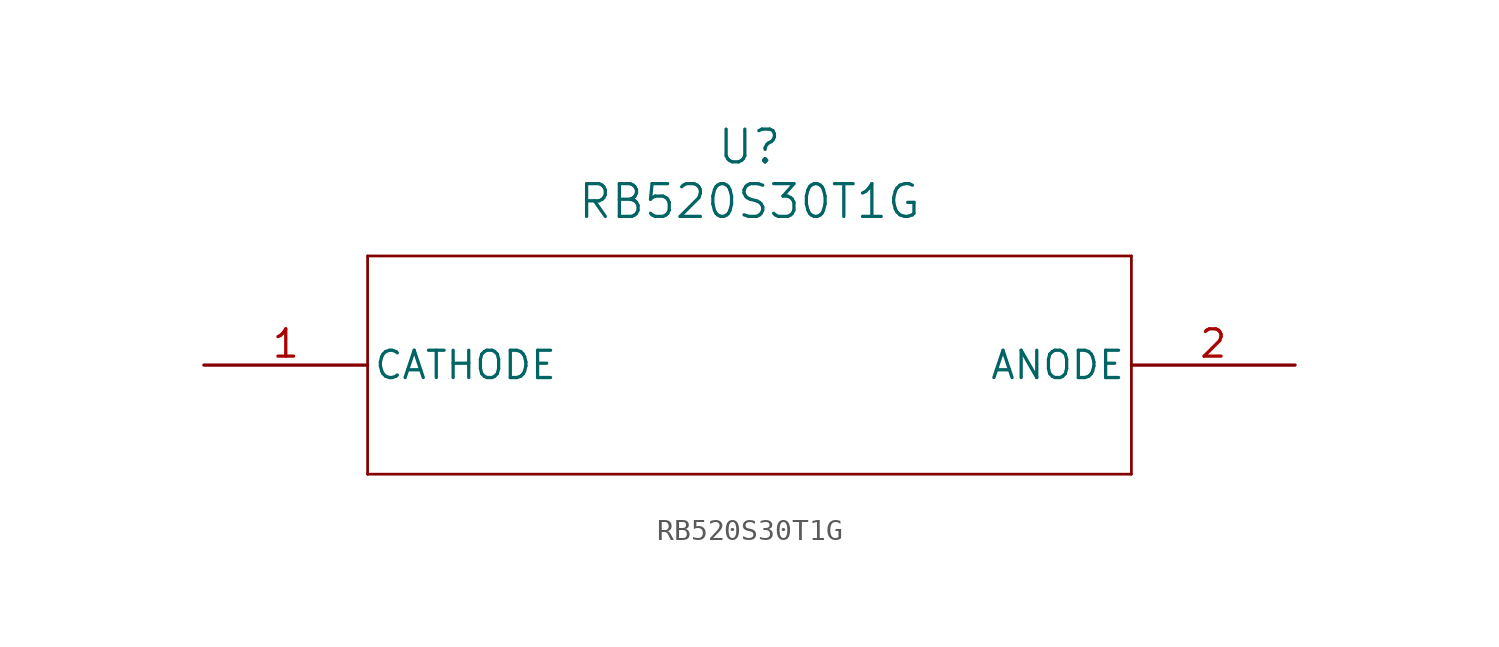
<source format=kicad_sym>
(kicad_symbol_lib
  (version 20211014)
  (generator kicad_symbol_editor)
  (symbol "RB520S30T1G"
    (pin_names
      (offset 0.254))
    (property "Reference" "U"
      (at 25.4 10.16 0)
      (effects (font (size 1.524 1.524))))
    (property "Value" "RB520S30T1G"
      (at 25.4 7.62 0)
      (effects (font (size 1.524 1.524))))
    (symbol "RB520S30T1G_0_1"
      (polyline (pts (xy 7.62 5.08) (xy 7.62 -5.08)) (stroke (width .127) (type default) (color 0 0 0 0)) (fill (type none)))
      (polyline (pts (xy 7.62 -5.08) (xy 43.18 -5.08)) (stroke (width .127) (type default) (color 0 0 0 0)) (fill (type none)))
      (polyline (pts (xy 43.18 -5.08) (xy 43.18 5.08)) (stroke (width .127) (type default) (color 0 0 0 0)) (fill (type none)))
      (polyline (pts (xy 43.18 5.08) (xy 7.62 5.08)) (stroke (width .127) (type default) (color 0 0 0 0)) (fill (type none)))
      (pin unspecified line (at 0 0 0) (length 7.62) (name "CATHODE" (effects (font (size 1.27 1.27)))) (number "1" (effects (font (size 1.27 1.27)))))
      (pin unspecified line (at 50.8 0 180) (length 7.62) (name "ANODE" (effects (font (size 1.27 1.27)))) (number "2" (effects (font (size 1.27 1.27))))))))
</source>
